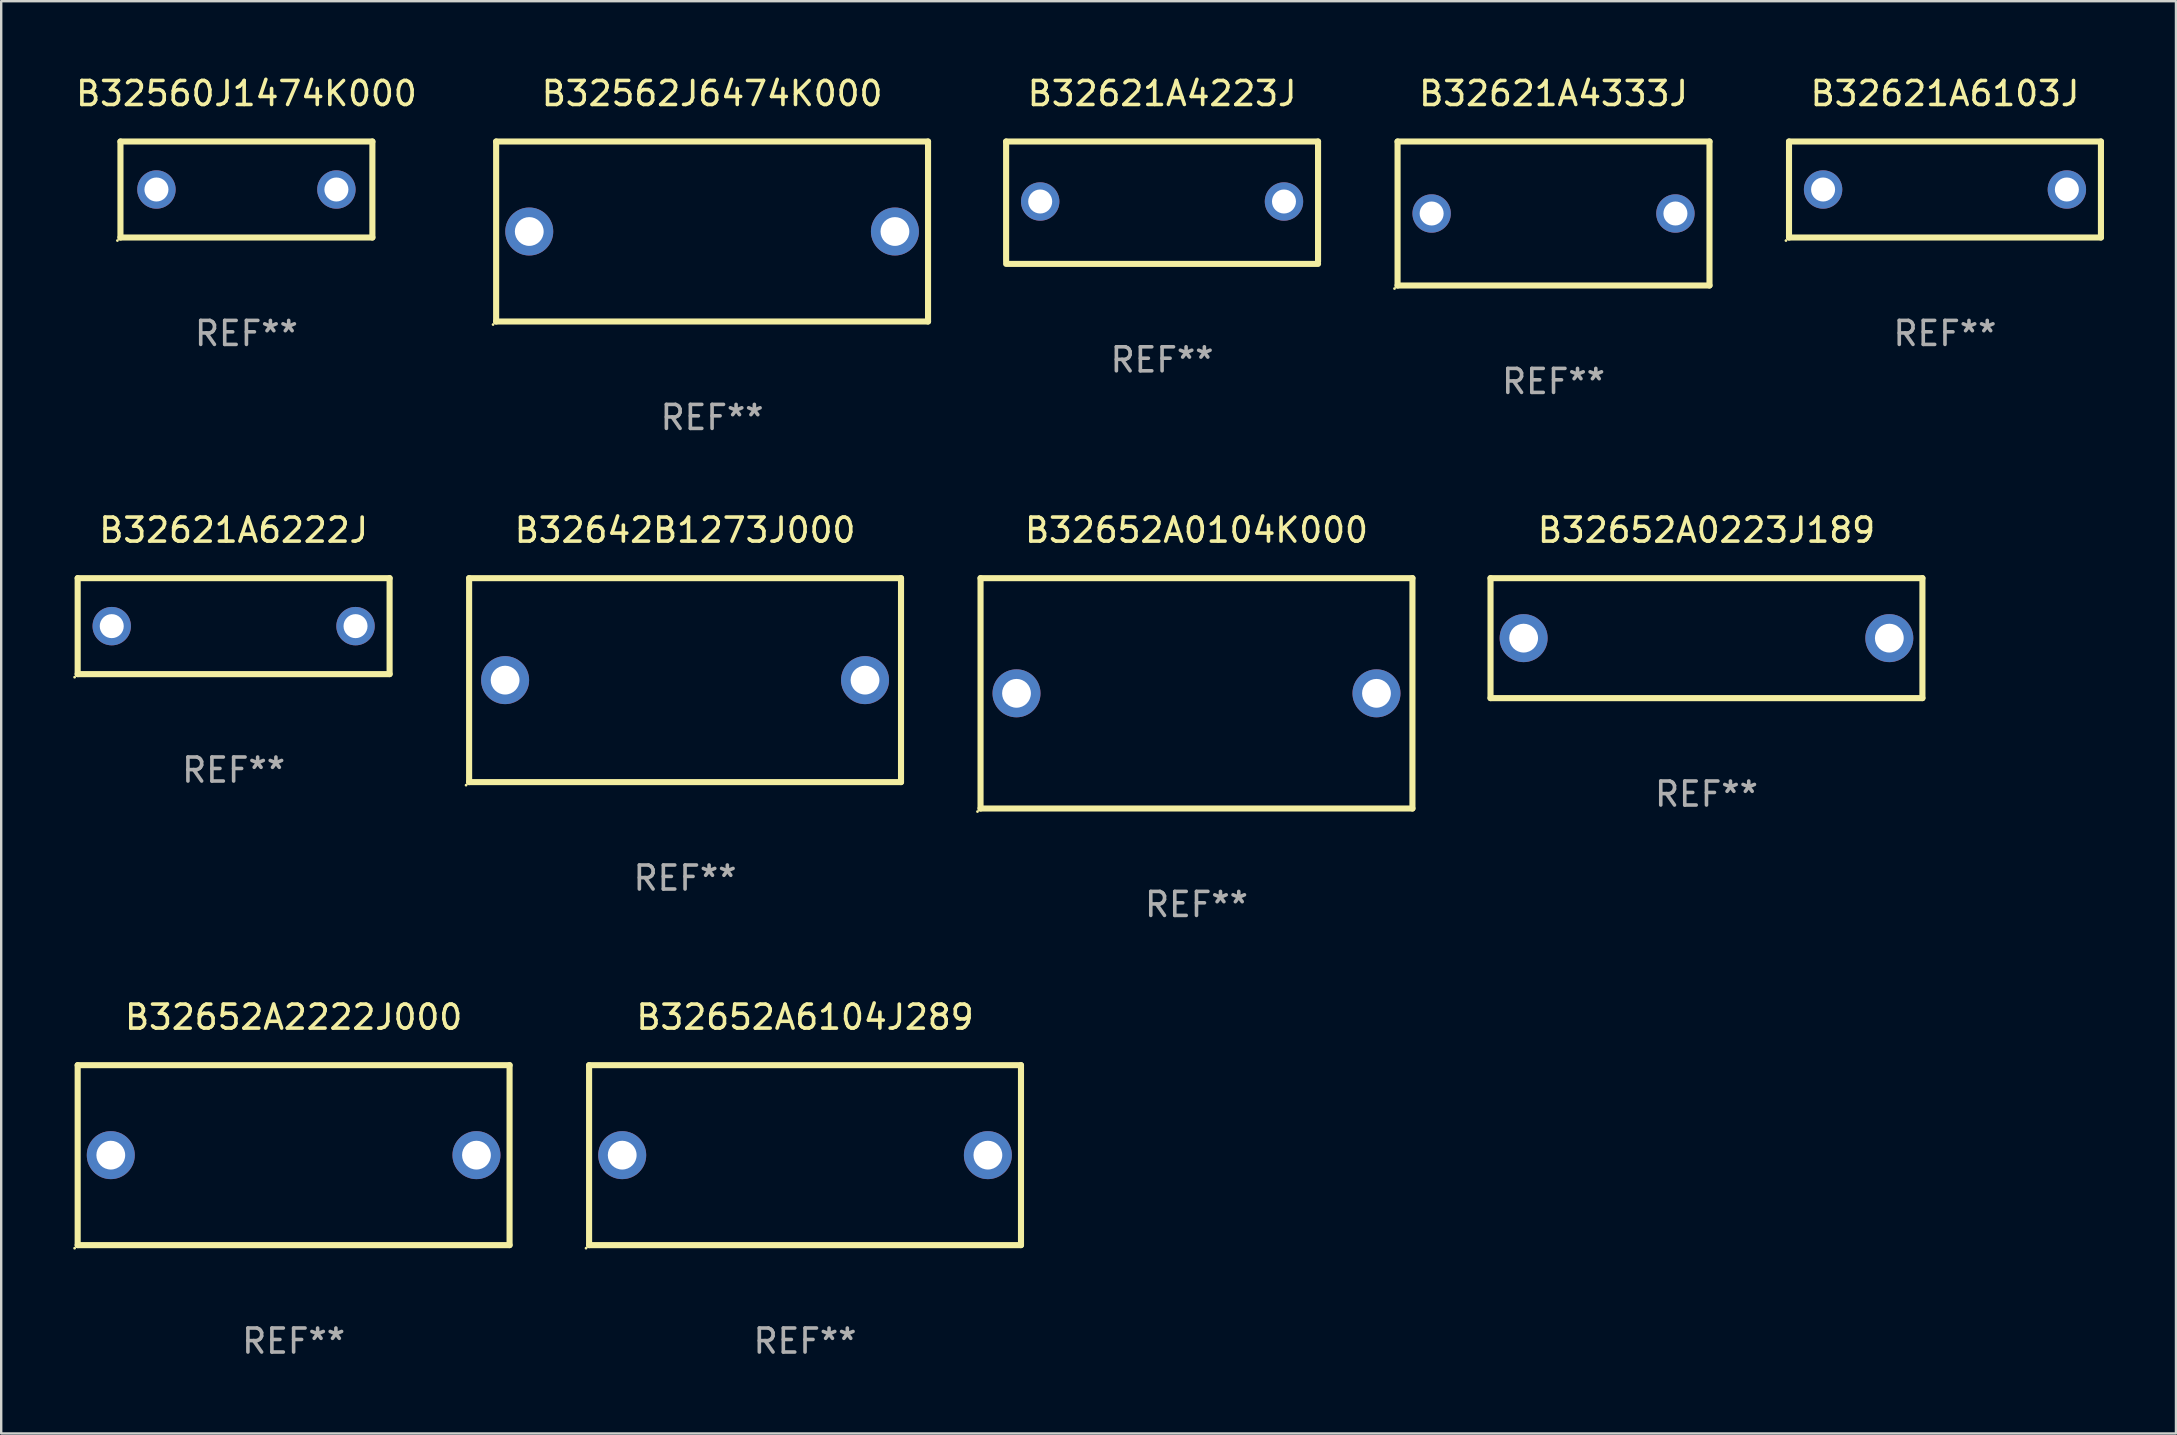
<source format=kicad_pcb>
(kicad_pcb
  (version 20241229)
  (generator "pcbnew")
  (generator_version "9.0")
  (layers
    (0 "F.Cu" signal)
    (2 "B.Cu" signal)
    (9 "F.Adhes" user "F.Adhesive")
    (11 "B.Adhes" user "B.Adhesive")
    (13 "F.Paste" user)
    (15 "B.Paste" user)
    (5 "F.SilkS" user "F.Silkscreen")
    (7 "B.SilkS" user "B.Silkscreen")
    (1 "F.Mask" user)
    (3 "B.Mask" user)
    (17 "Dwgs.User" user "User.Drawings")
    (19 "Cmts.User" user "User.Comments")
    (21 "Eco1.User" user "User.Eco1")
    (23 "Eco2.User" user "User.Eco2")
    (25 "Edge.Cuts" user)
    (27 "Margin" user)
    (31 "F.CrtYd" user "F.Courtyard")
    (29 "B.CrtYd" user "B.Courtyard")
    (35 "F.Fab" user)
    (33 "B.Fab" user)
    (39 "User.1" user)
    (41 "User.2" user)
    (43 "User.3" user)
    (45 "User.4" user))
  (footprint "B32560J1474K000"
    (layer "F.Cu")
    (at 7.22 4.848)
    (property "Reference" "B32560J1474K000" (at 0 -4 0) (layer "F.SilkS") (effects (font (size 1 1) (thickness 0.15))))
    (attr through_hole)
    (fp_line (start -5.25 -2) (end 5.25 -2) (stroke (width 0.254) (type solid)) (layer "F.SilkS"))
    (fp_line (start -5.25 2) (end -5.25 -2) (stroke (width 0.254) (type solid)) (layer "F.SilkS"))
    (fp_line (start 5.25 -2) (end 5.25 2) (stroke (width 0.254) (type solid)) (layer "F.SilkS"))
    (fp_line (start 5.25 2) (end -5.25 2) (stroke (width 0.254) (type solid)) (layer "F.SilkS"))
    (fp_circle (center -5.377 2.127) (end -5.347 2.127) (stroke (width 0.06) (type solid)) (fill no) (layer "F.SilkS"))
    (fp_text user "REF**" (at 0 6 0) (layer "F.Fab") (effects (font (size 1 1) (thickness 0.15))))
    (pad "1" thru_hole circle (at -3.75 0) (size 1.6 1.6) (drill 1) (layers "*.Cu" "*.Mask"))
    (pad "2" thru_hole circle (at 3.75 0) (size 1.6 1.6) (drill 1) (layers "*.Cu" "*.Mask")))
  (footprint "B32621A4333J"
    (layer "F.Cu")
    (at 61.695 5.848)
    (property "Reference" "B32621A4333J" (at 0 -5 0) (layer "F.SilkS") (effects (font (size 1 1) (thickness 0.15))))
    (attr through_hole)
    (fp_line (start -6.5 -3) (end 6.5 -3) (stroke (width 0.254) (type solid)) (layer "F.SilkS"))
    (fp_line (start -6.5 3) (end -6.5 -3) (stroke (width 0.254) (type solid)) (layer "F.SilkS"))
    (fp_line (start 6.5 -3) (end 6.5 3) (stroke (width 0.254) (type solid)) (layer "F.SilkS"))
    (fp_line (start 6.5 3) (end -6.5 3) (stroke (width 0.254) (type solid)) (layer "F.SilkS"))
    (fp_circle (center -6.627 3.127) (end -6.597 3.127) (stroke (width 0.06) (type solid)) (fill no) (layer "F.SilkS"))
    (fp_text user "REF**" (at 0 7 0) (layer "F.Fab") (effects (font (size 1 1) (thickness 0.15))))
    (pad "1" thru_hole circle (at -5.08 0) (size 1.6 1.6) (drill 1) (layers "*.Cu" "*.Mask"))
    (pad "2" thru_hole circle (at 5.08 0) (size 1.6 1.6) (drill 1) (layers "*.Cu" "*.Mask")))
  (footprint "B32621A6103J"
    (layer "F.Cu")
    (at 78.009 4.848)
    (property "Reference" "B32621A6103J" (at 0 -4 0) (layer "F.SilkS") (effects (font (size 1 1) (thickness 0.15))))
    (attr through_hole)
    (fp_line (start -6.5 -2) (end 6.5 -2) (stroke (width 0.254) (type solid)) (layer "F.SilkS"))
    (fp_line (start -6.5 2) (end -6.5 -2) (stroke (width 0.254) (type solid)) (layer "F.SilkS"))
    (fp_line (start 6.5 -2) (end 6.5 2) (stroke (width 0.254) (type solid)) (layer "F.SilkS"))
    (fp_line (start 6.5 2) (end -6.5 2) (stroke (width 0.254) (type solid)) (layer "F.SilkS"))
    (fp_circle (center -6.627 2.127) (end -6.597 2.127) (stroke (width 0.06) (type solid)) (fill no) (layer "F.SilkS"))
    (fp_text user "REF**" (at 0 6 0) (layer "F.Fab") (effects (font (size 1 1) (thickness 0.15))))
    (pad "1" thru_hole circle (at -5.08 0) (size 1.6 1.6) (drill 1) (layers "*.Cu" "*.Mask"))
    (pad "2" thru_hole circle (at 5.08 0) (size 1.6 1.6) (drill 1) (layers "*.Cu" "*.Mask")))
  (footprint "B32652A0223J189"
    (layer "F.Cu")
    (at 68.069 23.545)
    (property "Reference" "B32652A0223J189" (at 0 -4.5 0) (layer "F.SilkS") (effects (font (size 1 1) (thickness 0.15))))
    (attr through_hole)
    (fp_line (start -9 -2.5) (end 9 -2.5) (stroke (width 0.254) (type solid)) (layer "F.SilkS"))
    (fp_line (start -9 2.5) (end -9 -2.5) (stroke (width 0.254) (type solid)) (layer "F.SilkS"))
    (fp_line (start 9 -2.5) (end 9 2.5) (stroke (width 0.254) (type solid)) (layer "F.SilkS"))
    (fp_line (start 9 2.5) (end -9 2.5) (stroke (width 0.254) (type solid)) (layer "F.SilkS"))
    (fp_circle (center -9 2.5) (end -8.97 2.5) (stroke (width 0.06) (type solid)) (fill no) (layer "F.SilkS"))
    (fp_text user "REF**" (at 0 6.5 0) (layer "F.Fab") (effects (font (size 1 1) (thickness 0.15))))
    (pad "1" thru_hole circle (at -7.62 -0.000127) (size 2 2) (drill 1.2) (layers "*.Cu" "*.Mask"))
    (pad "2" thru_hole circle (at 7.62 -0.000127) (size 2 2) (drill 1.2) (layers "*.Cu" "*.Mask")))
  (footprint "B32562J6474K000"
    (layer "F.Cu")
    (at 26.627 6.598)
    (property "Reference" "B32562J6474K000" (at 0 -5.75 0) (layer "F.SilkS") (effects (font (size 1 1) (thickness 0.15))))
    (attr through_hole)
    (fp_line (start -9 -3.75) (end 9 -3.75) (stroke (width 0.254) (type solid)) (layer "F.SilkS"))
    (fp_line (start -9 3.75) (end -9 -3.75) (stroke (width 0.254) (type solid)) (layer "F.SilkS"))
    (fp_line (start 9 -3.75) (end 9 3.75) (stroke (width 0.254) (type solid)) (layer "F.SilkS"))
    (fp_line (start 9 3.75) (end -9 3.75) (stroke (width 0.254) (type solid)) (layer "F.SilkS"))
    (fp_circle (center -9.127 3.877) (end -9.097 3.877) (stroke (width 0.06) (type solid)) (fill no) (layer "F.SilkS"))
    (fp_text user "REF**" (at 0 7.75 0) (layer "F.Fab") (effects (font (size 1 1) (thickness 0.15))))
    (pad "1" thru_hole circle (at -7.62 0) (size 2 2) (drill 1.2) (layers "*.Cu" "*.Mask"))
    (pad "2" thru_hole circle (at 7.62 0) (size 2 2) (drill 1.2) (layers "*.Cu" "*.Mask")))
  (footprint "B32621A6222J"
    (layer "F.Cu")
    (at 6.687 23.045)
    (property "Reference" "B32621A6222J" (at 0 -4 0) (layer "F.SilkS") (effects (font (size 1 1) (thickness 0.15))))
    (attr through_hole)
    (fp_line (start -6.5 -2) (end 6.5 -2) (stroke (width 0.254) (type solid)) (layer "F.SilkS"))
    (fp_line (start -6.5 2) (end -6.5 -2) (stroke (width 0.254) (type solid)) (layer "F.SilkS"))
    (fp_line (start 6.5 -2) (end 6.5 2) (stroke (width 0.254) (type solid)) (layer "F.SilkS"))
    (fp_line (start 6.5 2) (end -6.5 2) (stroke (width 0.254) (type solid)) (layer "F.SilkS"))
    (fp_circle (center -6.627 2.127) (end -6.597 2.127) (stroke (width 0.06) (type solid)) (fill no) (layer "F.SilkS"))
    (fp_text user "REF**" (at 0 6 0) (layer "F.Fab") (effects (font (size 1 1) (thickness 0.15))))
    (pad "1" thru_hole circle (at -5.08 0) (size 1.6 1.6) (drill 1) (layers "*.Cu" "*.Mask"))
    (pad "2" thru_hole circle (at 5.08 0) (size 1.6 1.6) (drill 1) (layers "*.Cu" "*.Mask")))
  (footprint "B32652A0104K000"
    (layer "F.Cu")
    (at 46.815 25.845)
    (property "Reference" "B32652A0104K000" (at 0 -6.8 0) (layer "F.SilkS") (effects (font (size 1 1) (thickness 0.15))))
    (attr through_hole)
    (fp_line (start -9 -4.8) (end 9 -4.8) (stroke (width 0.254) (type solid)) (layer "F.SilkS"))
    (fp_line (start -9 4.8) (end -9 -4.8) (stroke (width 0.254) (type solid)) (layer "F.SilkS"))
    (fp_line (start 9 -4.8) (end 9 4.8) (stroke (width 0.254) (type solid)) (layer "F.SilkS"))
    (fp_line (start 9 4.8) (end -9 4.8) (stroke (width 0.254) (type solid)) (layer "F.SilkS"))
    (fp_circle (center -9.127 4.927) (end -9.097 4.927) (stroke (width 0.06) (type solid)) (fill no) (layer "F.SilkS"))
    (fp_text user "REF**" (at 0 8.8 0) (layer "F.Fab") (effects (font (size 1 1) (thickness 0.15))))
    (pad "1" thru_hole circle (at -7.501 0) (size 2 2) (drill 1.2) (layers "*.Cu" "*.Mask"))
    (pad "2" thru_hole circle (at 7.501 0) (size 2 2) (drill 1.2) (layers "*.Cu" "*.Mask")))
  (footprint "B32652A2222J000"
    (layer "F.Cu")
    (at 9.187 45.092)
    (property "Reference" "B32652A2222J000" (at 0 -5.75 0) (layer "F.SilkS") (effects (font (size 1 1) (thickness 0.15))))
    (attr through_hole)
    (fp_line (start -9 -3.75) (end 9 -3.75) (stroke (width 0.254) (type solid)) (layer "F.SilkS"))
    (fp_line (start -9 3.75) (end -9 -3.75) (stroke (width 0.254) (type solid)) (layer "F.SilkS"))
    (fp_line (start 9 -3.75) (end 9 3.75) (stroke (width 0.254) (type solid)) (layer "F.SilkS"))
    (fp_line (start 9 3.75) (end -9 3.75) (stroke (width 0.254) (type solid)) (layer "F.SilkS"))
    (fp_circle (center -9.127 3.877) (end -9.097 3.877) (stroke (width 0.06) (type solid)) (fill no) (layer "F.SilkS"))
    (fp_text user "REF**" (at 0 7.75 0) (layer "F.Fab") (effects (font (size 1 1) (thickness 0.15))))
    (pad "1" thru_hole circle (at -7.62 0) (size 2 2) (drill 1.2) (layers "*.Cu" "*.Mask"))
    (pad "2" thru_hole circle (at 7.62 0) (size 2 2) (drill 1.2) (layers "*.Cu" "*.Mask")))
  (footprint "B32652A6104J289"
    (layer "F.Cu")
    (at 30.501 45.092)
    (property "Reference" "B32652A6104J289" (at 0 -5.75 0) (layer "F.SilkS") (effects (font (size 1 1) (thickness 0.15))))
    (attr through_hole)
    (fp_line (start -9 -3.75) (end 9 -3.75) (stroke (width 0.254) (type solid)) (layer "F.SilkS"))
    (fp_line (start -9 3.75) (end -9 -3.75) (stroke (width 0.254) (type solid)) (layer "F.SilkS"))
    (fp_line (start 9 -3.75) (end 9 3.75) (stroke (width 0.254) (type solid)) (layer "F.SilkS"))
    (fp_line (start 9 3.75) (end -9 3.75) (stroke (width 0.254) (type solid)) (layer "F.SilkS"))
    (fp_circle (center -9.127 3.877) (end -9.097 3.877) (stroke (width 0.06) (type solid)) (fill no) (layer "F.SilkS"))
    (fp_text user "REF**" (at 0 7.75 0) (layer "F.Fab") (effects (font (size 1 1) (thickness 0.15))))
    (pad "1" thru_hole circle (at -7.62 0) (size 2 2) (drill 1.2) (layers "*.Cu" "*.Mask"))
    (pad "2" thru_hole circle (at 7.62 0) (size 2 2) (drill 1.2) (layers "*.Cu" "*.Mask")))
  (footprint "B32642B1273J000"
    (layer "F.Cu")
    (at 25.501 25.295)
    (property "Reference" "B32642B1273J000" (at 0 -6.25 0) (layer "F.SilkS") (effects (font (size 1 1) (thickness 0.15))))
    (attr through_hole)
    (fp_line (start -9 -4.25) (end -9 4.25) (stroke (width 0.254) (type solid)) (layer "F.SilkS"))
    (fp_line (start -9 -4.25) (end 9 -4.25) (stroke (width 0.254) (type solid)) (layer "F.SilkS"))
    (fp_line (start 9 4.25) (end -9 4.25) (stroke (width 0.254) (type solid)) (layer "F.SilkS"))
    (fp_line (start 9 4.25) (end 9 -4.25) (stroke (width 0.254) (type solid)) (layer "F.SilkS"))
    (fp_circle (center -9.127 4.377) (end -9.097 4.377) (stroke (width 0.06) (type solid)) (fill no) (layer "F.SilkS"))
    (fp_text user "REF**" (at 0 8.25 0) (layer "F.Fab") (effects (font (size 1 1) (thickness 0.15))))
    (pad "1" thru_hole circle (at -7.5 0) (size 2 2) (drill 1.2) (layers "*.Cu" "*.Mask"))
    (pad "2" thru_hole circle (at 7.5 0) (size 2 2) (drill 1.2) (layers "*.Cu" "*.Mask")))
  (footprint "B32621A4223J"
    (layer "F.Cu")
    (at 45.381 5.398)
    (property "Reference" "B32621A4223J" (at 0 -4.55 0) (layer "F.SilkS") (effects (font (size 1 1) (thickness 0.15))))
    (attr through_hole)
    (fp_line (start -6.5 -2.55) (end 6.5 -2.55) (stroke (width 0.254) (type solid)) (layer "F.SilkS"))
    (fp_line (start -6.5 2.45) (end -6.5 -2.55) (stroke (width 0.254) (type solid)) (layer "F.SilkS"))
    (fp_line (start 6.5 -2.55) (end 6.5 2.45) (stroke (width 0.254) (type solid)) (layer "F.SilkS"))
    (fp_line (start 6.5 2.55) (end -6.5 2.55) (stroke (width 0.254) (type solid)) (layer "F.SilkS"))
    (fp_circle (center -6.5 2.45) (end -6.47 2.45) (stroke (width 0.06) (type solid)) (fill no) (layer "F.SilkS"))
    (fp_text user "REF**" (at 0 6.55 0) (layer "F.Fab") (effects (font (size 1 1) (thickness 0.15))))
    (pad "1" thru_hole circle (at -5.08 -0.05) (size 1.6 1.6) (drill 1) (layers "*.Cu" "*.Mask"))
    (pad "2" thru_hole circle (at 5.08 -0.05) (size 1.6 1.6) (drill 1) (layers "*.Cu" "*.Mask")))
  (gr_rect
    (start -3 -3)
    (end 87.636 56.69)
    (stroke (width 0.1) (type default))
    (fill no)
    (layer "Edge.Cuts")))
</source>
